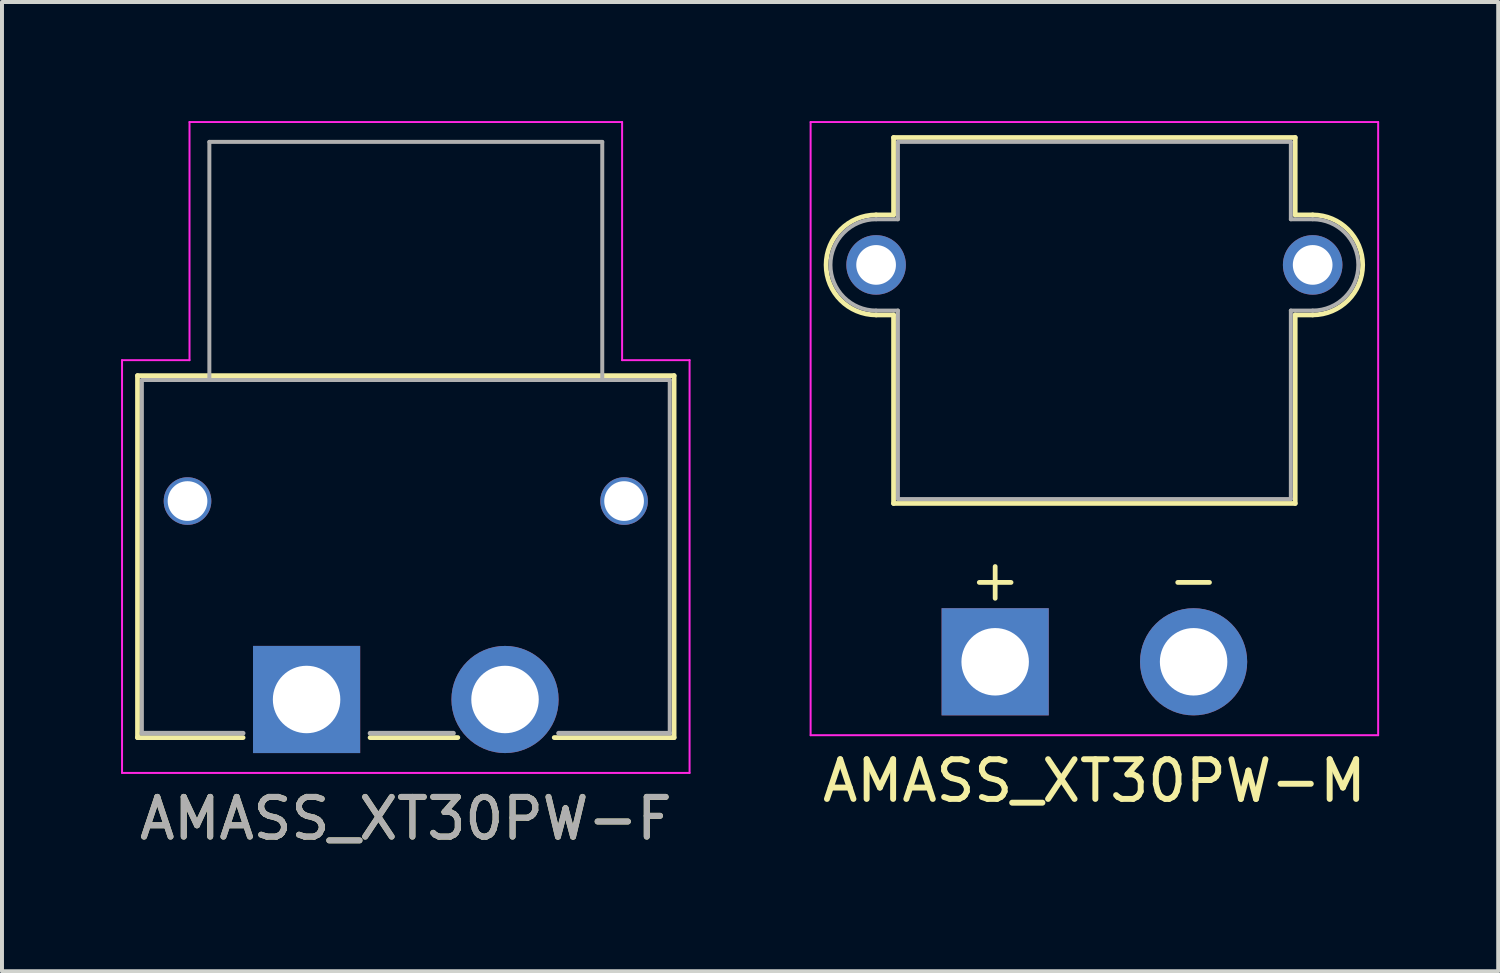
<source format=kicad_pcb>
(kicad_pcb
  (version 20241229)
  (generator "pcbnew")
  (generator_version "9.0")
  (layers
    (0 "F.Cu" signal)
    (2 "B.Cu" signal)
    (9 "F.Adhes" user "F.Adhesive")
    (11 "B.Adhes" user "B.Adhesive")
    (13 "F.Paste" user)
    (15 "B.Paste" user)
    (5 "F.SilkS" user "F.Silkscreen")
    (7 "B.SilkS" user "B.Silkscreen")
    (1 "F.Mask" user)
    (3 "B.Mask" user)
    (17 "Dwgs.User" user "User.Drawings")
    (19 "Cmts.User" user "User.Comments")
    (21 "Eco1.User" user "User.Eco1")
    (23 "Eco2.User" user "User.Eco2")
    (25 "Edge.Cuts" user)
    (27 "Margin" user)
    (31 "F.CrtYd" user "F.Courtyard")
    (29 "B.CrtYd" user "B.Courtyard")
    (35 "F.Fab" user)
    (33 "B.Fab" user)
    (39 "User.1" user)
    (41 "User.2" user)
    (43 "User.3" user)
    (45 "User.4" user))
  (footprint "AMASS_XT30PW-F"
    (layer "F.Cu")
    (at 4.675 14.575)
    (property "Reference" "AMASS_XT30PW-F" (at 2.5 3 0) (layer "F.SilkS") (effects (font (size 1 1) (thickness 0.15))))
    (attr through_hole)
    (fp_line (start -4.26 -8.16) (end -4.26 0.96) (stroke (width 0.12) (type solid)) (layer "F.SilkS"))
    (fp_line (start -4.26 -8.16) (end 9.26 -8.16) (stroke (width 0.12) (type solid)) (layer "F.SilkS"))
    (fp_line (start -4.26 0.96) (end -1.6 0.96) (stroke (width 0.12) (type solid)) (layer "F.SilkS"))
    (fp_line (start 1.6 0.96) (end 3.81 0.96) (stroke (width 0.12) (type solid)) (layer "F.SilkS"))
    (fp_line (start 6.24 0.96) (end 9.26 0.96) (stroke (width 0.12) (type solid)) (layer "F.SilkS"))
    (fp_line (start 9.26 -8.16) (end 9.26 0.96) (stroke (width 0.12) (type solid)) (layer "F.SilkS"))
    (fp_line (start -4.65 -8.55) (end -4.65 1.85) (stroke (width 0.05) (type solid)) (layer "F.CrtYd"))
    (fp_line (start -4.65 -8.55) (end -2.95 -8.55) (stroke (width 0.05) (type solid)) (layer "F.CrtYd"))
    (fp_line (start -4.65 1.85) (end 9.65 1.85) (stroke (width 0.05) (type solid)) (layer "F.CrtYd"))
    (fp_line (start -2.95 -14.55) (end -2.95 -8.55) (stroke (width 0.05) (type solid)) (layer "F.CrtYd"))
    (fp_line (start -2.95 -14.55) (end 7.95 -14.55) (stroke (width 0.05) (type solid)) (layer "F.CrtYd"))
    (fp_line (start 7.95 -14.55) (end 7.95 -8.55) (stroke (width 0.05) (type solid)) (layer "F.CrtYd"))
    (fp_line (start 7.95 -8.55) (end 9.65 -8.55) (stroke (width 0.05) (type solid)) (layer "F.CrtYd"))
    (fp_line (start 9.65 -8.55) (end 9.65 1.85) (stroke (width 0.05) (type solid)) (layer "F.CrtYd"))
    (fp_line (start -4.15 -8.05) (end -4.15 0.85) (stroke (width 0.1) (type solid)) (layer "F.Fab"))
    (fp_line (start -4.15 -8.05) (end 9.15 -8.05) (stroke (width 0.1) (type solid)) (layer "F.Fab"))
    (fp_line (start -4.15 0.85) (end -1.6 0.85) (stroke (width 0.12) (type solid)) (layer "F.Fab"))
    (fp_line (start -2.45 -14.05) (end -2.45 -8.05) (stroke (width 0.1) (type solid)) (layer "F.Fab"))
    (fp_line (start -2.45 -14.05) (end 7.45 -14.05) (stroke (width 0.1) (type solid)) (layer "F.Fab"))
    (fp_line (start 1.6 0.85) (end 3.7 0.85) (stroke (width 0.12) (type solid)) (layer "F.Fab"))
    (fp_line (start 6.35 0.85) (end 9.15 0.85) (stroke (width 0.12) (type solid)) (layer "F.Fab"))
    (fp_line (start 7.45 -14.05) (end 7.45 -8.05) (stroke (width 0.1) (type solid)) (layer "F.Fab"))
    (fp_line (start 9.15 -8.05) (end 9.15 0.85) (stroke (width 0.1) (type solid)) (layer "F.Fab"))
    (fp_text user "${REFERENCE}" (at 2.5 3 0) (layer "F.Fab") (effects (font (size 1 1) (thickness 0.15))))
    (pad "" thru_hole circle (at -3 -5 90) (size 1.2 1.2) (drill 1) (layers "*.Cu" "*.Mask"))
    (pad "" thru_hole circle (at 8 -5) (size 1.2 1.2) (drill 1) (layers "*.Cu" "*.Mask"))
    (pad "1" thru_hole rect (at 0 0) (size 2.7 2.7) (drill 1.7) (layers "*.Cu" "*.Mask"))
    (pad "2" thru_hole circle (at 5 0) (size 2.7 2.7) (drill 1.7) (layers "*.Cu" "*.Mask")))
  (footprint "AMASS_XT30PW-M"
    (layer "F.Cu")
    (at 22.025 13.625)
    (property "Reference" "AMASS_XT30PW-M" (at 2.5 3 0) (layer "F.SilkS") (effects (font (size 1 1) (thickness 0.15))))
    (attr through_hole)
    (fp_line (start -3 -11.26) (end -2.56 -11.26) (stroke (width 0.12) (type solid)) (layer "F.SilkS"))
    (fp_line (start -3 -8.74) (end -2.56 -8.74) (stroke (width 0.12) (type solid)) (layer "F.SilkS"))
    (fp_line (start -2.56 -13.21) (end -2.56 -11.26) (stroke (width 0.12) (type solid)) (layer "F.SilkS"))
    (fp_line (start -2.56 -13.21) (end 7.56 -13.21) (stroke (width 0.12) (type solid)) (layer "F.SilkS"))
    (fp_line (start -2.56 -8.74) (end -2.56 -3.99) (stroke (width 0.12) (type solid)) (layer "F.SilkS"))
    (fp_line (start -2.56 -3.99) (end 7.56 -3.99) (stroke (width 0.12) (type solid)) (layer "F.SilkS"))
    (fp_line (start -0.4 -2) (end 0.4 -2) (stroke (width 0.12) (type solid)) (layer "F.SilkS"))
    (fp_line (start 0 -2.4) (end 0 -1.6) (stroke (width 0.12) (type solid)) (layer "F.SilkS"))
    (fp_line (start 4.6 -2) (end 5.4 -2) (stroke (width 0.12) (type solid)) (layer "F.SilkS"))
    (fp_line (start 7.56 -13.21) (end 7.56 -11.26) (stroke (width 0.12) (type solid)) (layer "F.SilkS"))
    (fp_line (start 7.56 -11.26) (end 8 -11.26) (stroke (width 0.12) (type solid)) (layer "F.SilkS"))
    (fp_line (start 7.56 -8.74) (end 7.56 -3.99) (stroke (width 0.12) (type solid)) (layer "F.SilkS"))
    (fp_line (start 7.56 -8.74) (end 8 -8.74) (stroke (width 0.12) (type solid)) (layer "F.SilkS"))
    (fp_arc (start -3 -8.74) (mid -4.26 -10) (end -3 -11.26) (stroke (width 0.12) (type solid)) (layer "F.SilkS"))
    (fp_arc (start 8 -11.26) (mid 9.26 -10) (end 8 -8.74) (stroke (width 0.12) (type solid)) (layer "F.SilkS"))
    (fp_line (start -4.65 -13.6) (end -4.65 1.85) (stroke (width 0.05) (type solid)) (layer "F.CrtYd"))
    (fp_line (start -4.65 -13.6) (end 9.65 -13.6) (stroke (width 0.05) (type solid)) (layer "F.CrtYd"))
    (fp_line (start -4.65 1.85) (end 9.65 1.85) (stroke (width 0.05) (type solid)) (layer "F.CrtYd"))
    (fp_line (start 9.65 -13.6) (end 9.65 1.85) (stroke (width 0.05) (type solid)) (layer "F.CrtYd"))
    (fp_line (start -3 -11.15) (end -2.45 -11.15) (stroke (width 0.1) (type solid)) (layer "F.Fab"))
    (fp_line (start -3 -8.85) (end -2.45 -8.85) (stroke (width 0.1) (type solid)) (layer "F.Fab"))
    (fp_line (start -2.45 -13.1) (end -2.45 -11.15) (stroke (width 0.1) (type solid)) (layer "F.Fab"))
    (fp_line (start -2.45 -13.1) (end 7.45 -13.1) (stroke (width 0.1) (type solid)) (layer "F.Fab"))
    (fp_line (start -2.45 -8.85) (end -2.45 -4.1) (stroke (width 0.1) (type solid)) (layer "F.Fab"))
    (fp_line (start -2.45 -4.1) (end 7.45 -4.1) (stroke (width 0.1) (type solid)) (layer "F.Fab"))
    (fp_line (start 7.45 -13.1) (end 7.45 -11.15) (stroke (width 0.1) (type solid)) (layer "F.Fab"))
    (fp_line (start 7.45 -11.15) (end 8 -11.15) (stroke (width 0.1) (type solid)) (layer "F.Fab"))
    (fp_line (start 7.45 -8.85) (end 7.45 -4.1) (stroke (width 0.1) (type solid)) (layer "F.Fab"))
    (fp_line (start 7.45 -8.85) (end 8 -8.85) (stroke (width 0.1) (type solid)) (layer "F.Fab"))
    (fp_arc (start -3 -8.85) (mid -4.15 -10) (end -3 -11.15) (stroke (width 0.1) (type solid)) (layer "F.Fab"))
    (fp_arc (start 8 -11.15) (mid 9.15 -10) (end 8 -8.85) (stroke (width 0.1) (type solid)) (layer "F.Fab"))
    (pad "" thru_hole circle (at -3 -10) (size 1.5 1.5) (drill 1) (layers "*.Cu" "*.Mask"))
    (pad "" thru_hole circle (at 8 -10) (size 1.5 1.5) (drill 1) (layers "*.Cu" "*.Mask"))
    (pad "1" thru_hole rect (at 0 0) (size 2.7 2.7) (drill 1.7) (layers "*.Cu" "*.Mask"))
    (pad "2" thru_hole circle (at 5 0) (size 2.7 2.7) (drill 1.7) (layers "*.Cu" "*.Mask")))
  (gr_rect
    (start -3 -3)
    (end 34.7 21.423)
    (stroke (width 0.1) (type default))
    (fill no)
    (layer "Edge.Cuts")))
</source>
